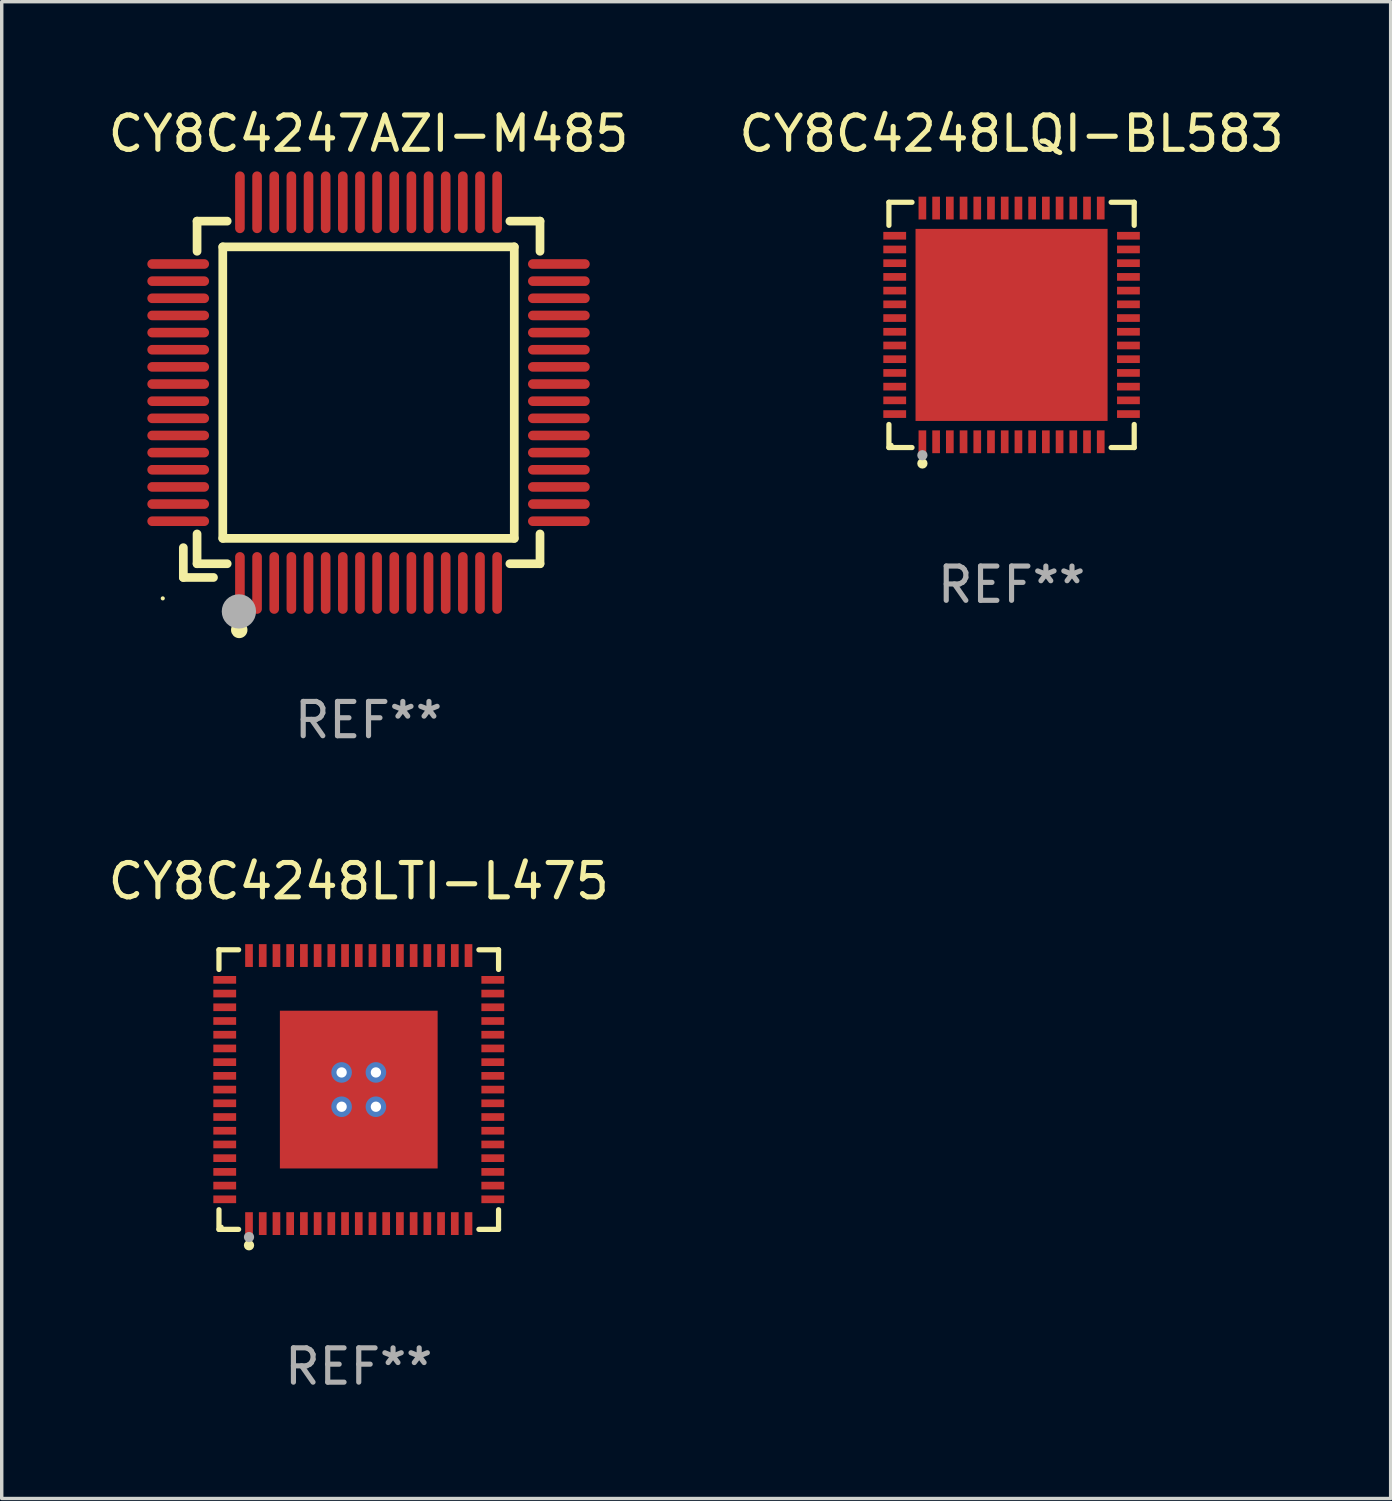
<source format=kicad_pcb>
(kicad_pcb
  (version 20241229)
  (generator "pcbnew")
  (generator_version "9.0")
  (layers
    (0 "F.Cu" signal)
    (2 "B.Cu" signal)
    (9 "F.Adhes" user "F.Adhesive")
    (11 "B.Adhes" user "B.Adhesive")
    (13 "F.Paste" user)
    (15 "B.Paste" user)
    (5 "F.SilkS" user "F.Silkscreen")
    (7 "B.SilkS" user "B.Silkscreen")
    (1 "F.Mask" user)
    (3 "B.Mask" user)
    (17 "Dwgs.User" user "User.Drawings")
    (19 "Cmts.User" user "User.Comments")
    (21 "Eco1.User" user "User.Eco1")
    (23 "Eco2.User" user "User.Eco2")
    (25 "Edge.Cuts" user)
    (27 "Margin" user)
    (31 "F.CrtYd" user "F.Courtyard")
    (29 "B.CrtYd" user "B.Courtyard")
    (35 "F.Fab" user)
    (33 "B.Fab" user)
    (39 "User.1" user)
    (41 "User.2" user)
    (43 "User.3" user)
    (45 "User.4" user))
  (footprint "CY8C4247AZI-M485"
    (layer "F.Cu")
    (at 7.696 8.398)
    (property "Reference" "CY8C4247AZI-M485" (at 0 -7.55 0) (layer "F.SilkS") (effects (font (size 1 1) (thickness 0.15))))
    (attr through_hole)
    (fp_line (start -5.4 4.521) (end -5.4 5.39) (stroke (width 0.254) (type solid)) (layer "F.SilkS"))
    (fp_line (start -5.4 5.39) (end -4.521 5.39) (stroke (width 0.254) (type solid)) (layer "F.SilkS"))
    (fp_line (start -5 -5) (end -5 -4.121) (stroke (width 0.254) (type solid)) (layer "F.SilkS"))
    (fp_line (start -5 4.121) (end -5 4.99) (stroke (width 0.254) (type solid)) (layer "F.SilkS"))
    (fp_line (start -5 4.99) (end -4.121 4.99) (stroke (width 0.254) (type solid)) (layer "F.SilkS"))
    (fp_line (start -4.25 -4.25) (end -4.25 4.25) (stroke (width 0.254) (type solid)) (layer "F.SilkS"))
    (fp_line (start -4.25 4.25) (end 4.25 4.25) (stroke (width 0.254) (type solid)) (layer "F.SilkS"))
    (fp_line (start -4.121 -5) (end -5 -5) (stroke (width 0.254) (type solid)) (layer "F.SilkS"))
    (fp_line (start 4.121 4.99) (end 5 4.99) (stroke (width 0.254) (type solid)) (layer "F.SilkS"))
    (fp_line (start 4.25 -4.25) (end -4.25 -4.25) (stroke (width 0.254) (type solid)) (layer "F.SilkS"))
    (fp_line (start 4.25 4.25) (end 4.25 -4.25) (stroke (width 0.254) (type solid)) (layer "F.SilkS"))
    (fp_line (start 5 -5) (end 4.121 -5) (stroke (width 0.254) (type solid)) (layer "F.SilkS"))
    (fp_line (start 5 -4.121) (end 5 -5) (stroke (width 0.254) (type solid)) (layer "F.SilkS"))
    (fp_line (start 5 4.99) (end 5 4.121) (stroke (width 0.254) (type solid)) (layer "F.SilkS"))
    (fp_circle (center -6 6) (end -5.97 6) (stroke (width 0.06) (type solid)) (fill no) (layer "F.SilkS"))
    (fp_circle (center -3.77 6.92) (end -3.65 6.92) (stroke (width 0.24) (type solid)) (fill no) (layer "F.SilkS"))
    (fp_circle (center -3.78 6.38) (end -3.53 6.38) (stroke (width 0.5) (type solid)) (fill no) (layer "F.Fab"))
    (fp_text user "REF**" (at 0 9.55 0) (layer "F.Fab") (effects (font (size 1 1) (thickness 0.15))))
    (pad "1" smd oval (at -3.75 5.55) (size 0.28 1.8) (layers "F.Cu" "F.Mask" "F.Paste"))
    (pad "2" smd oval (at -3.25 5.55) (size 0.28 1.8) (layers "F.Cu" "F.Mask" "F.Paste"))
    (pad "3" smd oval (at -2.75 5.55) (size 0.28 1.8) (layers "F.Cu" "F.Mask" "F.Paste"))
    (pad "4" smd oval (at -2.25 5.55) (size 0.28 1.8) (layers "F.Cu" "F.Mask" "F.Paste"))
    (pad "5" smd oval (at -1.75 5.55) (size 0.28 1.8) (layers "F.Cu" "F.Mask" "F.Paste"))
    (pad "6" smd oval (at -1.25 5.55) (size 0.28 1.8) (layers "F.Cu" "F.Mask" "F.Paste"))
    (pad "7" smd oval (at -0.75 5.55) (size 0.28 1.8) (layers "F.Cu" "F.Mask" "F.Paste"))
    (pad "8" smd oval (at -0.25 5.55) (size 0.28 1.8) (layers "F.Cu" "F.Mask" "F.Paste"))
    (pad "9" smd oval (at 0.25 5.55) (size 0.28 1.8) (layers "F.Cu" "F.Mask" "F.Paste"))
    (pad "10" smd oval (at 0.75 5.55) (size 0.28 1.8) (layers "F.Cu" "F.Mask" "F.Paste"))
    (pad "11" smd oval (at 1.25 5.55) (size 0.28 1.8) (layers "F.Cu" "F.Mask" "F.Paste"))
    (pad "12" smd oval (at 1.75 5.55) (size 0.28 1.8) (layers "F.Cu" "F.Mask" "F.Paste"))
    (pad "13" smd oval (at 2.25 5.55) (size 0.28 1.8) (layers "F.Cu" "F.Mask" "F.Paste"))
    (pad "14" smd oval (at 2.75 5.55) (size 0.28 1.8) (layers "F.Cu" "F.Mask" "F.Paste"))
    (pad "15" smd oval (at 3.25 5.55) (size 0.28 1.8) (layers "F.Cu" "F.Mask" "F.Paste"))
    (pad "16" smd oval (at 3.75 5.55) (size 0.28 1.8) (layers "F.Cu" "F.Mask" "F.Paste"))
    (pad "17" smd oval (at 5.55 3.75) (size 1.8 0.28) (layers "F.Cu" "F.Mask" "F.Paste"))
    (pad "18" smd oval (at 5.55 3.25) (size 1.8 0.28) (layers "F.Cu" "F.Mask" "F.Paste"))
    (pad "19" smd oval (at 5.55 2.75) (size 1.8 0.28) (layers "F.Cu" "F.Mask" "F.Paste"))
    (pad "20" smd oval (at 5.55 2.25) (size 1.8 0.28) (layers "F.Cu" "F.Mask" "F.Paste"))
    (pad "21" smd oval (at 5.55 1.75) (size 1.8 0.28) (layers "F.Cu" "F.Mask" "F.Paste"))
    (pad "22" smd oval (at 5.55 1.25) (size 1.8 0.28) (layers "F.Cu" "F.Mask" "F.Paste"))
    (pad "23" smd oval (at 5.55 0.75) (size 1.8 0.28) (layers "F.Cu" "F.Mask" "F.Paste"))
    (pad "24" smd oval (at 5.55 0.25) (size 1.8 0.28) (layers "F.Cu" "F.Mask" "F.Paste"))
    (pad "25" smd oval (at 5.55 -0.25) (size 1.8 0.28) (layers "F.Cu" "F.Mask" "F.Paste"))
    (pad "26" smd oval (at 5.55 -0.75) (size 1.8 0.28) (layers "F.Cu" "F.Mask" "F.Paste"))
    (pad "27" smd oval (at 5.55 -1.25) (size 1.8 0.28) (layers "F.Cu" "F.Mask" "F.Paste"))
    (pad "28" smd oval (at 5.55 -1.75) (size 1.8 0.28) (layers "F.Cu" "F.Mask" "F.Paste"))
    (pad "29" smd oval (at 5.55 -2.25) (size 1.8 0.28) (layers "F.Cu" "F.Mask" "F.Paste"))
    (pad "30" smd oval (at 5.55 -2.75) (size 1.8 0.28) (layers "F.Cu" "F.Mask" "F.Paste"))
    (pad "31" smd oval (at 5.55 -3.25) (size 1.8 0.28) (layers "F.Cu" "F.Mask" "F.Paste"))
    (pad "32" smd oval (at 5.55 -3.75) (size 1.8 0.28) (layers "F.Cu" "F.Mask" "F.Paste"))
    (pad "33" smd oval (at 3.75 -5.55) (size 0.28 1.8) (layers "F.Cu" "F.Mask" "F.Paste"))
    (pad "34" smd oval (at 3.25 -5.55) (size 0.28 1.8) (layers "F.Cu" "F.Mask" "F.Paste"))
    (pad "35" smd oval (at 2.75 -5.55) (size 0.28 1.8) (layers "F.Cu" "F.Mask" "F.Paste"))
    (pad "36" smd oval (at 2.25 -5.55) (size 0.28 1.8) (layers "F.Cu" "F.Mask" "F.Paste"))
    (pad "37" smd oval (at 1.75 -5.55) (size 0.28 1.8) (layers "F.Cu" "F.Mask" "F.Paste"))
    (pad "38" smd oval (at 1.25 -5.55) (size 0.28 1.8) (layers "F.Cu" "F.Mask" "F.Paste"))
    (pad "39" smd oval (at 0.75 -5.55) (size 0.28 1.8) (layers "F.Cu" "F.Mask" "F.Paste"))
    (pad "40" smd oval (at 0.25 -5.55) (size 0.28 1.8) (layers "F.Cu" "F.Mask" "F.Paste"))
    (pad "41" smd oval (at -0.25 -5.55) (size 0.28 1.8) (layers "F.Cu" "F.Mask" "F.Paste"))
    (pad "42" smd oval (at -0.75 -5.55) (size 0.28 1.8) (layers "F.Cu" "F.Mask" "F.Paste"))
    (pad "43" smd oval (at -1.25 -5.55) (size 0.28 1.8) (layers "F.Cu" "F.Mask" "F.Paste"))
    (pad "44" smd oval (at -1.75 -5.55) (size 0.28 1.8) (layers "F.Cu" "F.Mask" "F.Paste"))
    (pad "45" smd oval (at -2.25 -5.55) (size 0.28 1.8) (layers "F.Cu" "F.Mask" "F.Paste"))
    (pad "46" smd oval (at -2.75 -5.55) (size 0.28 1.8) (layers "F.Cu" "F.Mask" "F.Paste"))
    (pad "47" smd oval (at -3.25 -5.55) (size 0.28 1.8) (layers "F.Cu" "F.Mask" "F.Paste"))
    (pad "48" smd oval (at -3.75 -5.55) (size 0.28 1.8) (layers "F.Cu" "F.Mask" "F.Paste"))
    (pad "49" smd oval (at -5.55 -3.75) (size 1.8 0.28) (layers "F.Cu" "F.Mask" "F.Paste"))
    (pad "50" smd oval (at -5.55 -3.25) (size 1.8 0.28) (layers "F.Cu" "F.Mask" "F.Paste"))
    (pad "51" smd oval (at -5.55 -2.75) (size 1.8 0.28) (layers "F.Cu" "F.Mask" "F.Paste"))
    (pad "52" smd oval (at -5.55 -2.25) (size 1.8 0.28) (layers "F.Cu" "F.Mask" "F.Paste"))
    (pad "53" smd oval (at -5.55 -1.75) (size 1.8 0.28) (layers "F.Cu" "F.Mask" "F.Paste"))
    (pad "54" smd oval (at -5.55 -1.25) (size 1.8 0.28) (layers "F.Cu" "F.Mask" "F.Paste"))
    (pad "55" smd oval (at -5.55 -0.75) (size 1.8 0.28) (layers "F.Cu" "F.Mask" "F.Paste"))
    (pad "56" smd oval (at -5.55 -0.25) (size 1.8 0.28) (layers "F.Cu" "F.Mask" "F.Paste"))
    (pad "57" smd oval (at -5.55 0.25) (size 1.8 0.28) (layers "F.Cu" "F.Mask" "F.Paste"))
    (pad "58" smd oval (at -5.55 0.75) (size 1.8 0.28) (layers "F.Cu" "F.Mask" "F.Paste"))
    (pad "59" smd oval (at -5.55 1.25) (size 1.8 0.28) (layers "F.Cu" "F.Mask" "F.Paste"))
    (pad "60" smd oval (at -5.55 1.75) (size 1.8 0.28) (layers "F.Cu" "F.Mask" "F.Paste"))
    (pad "61" smd oval (at -5.55 2.25) (size 1.8 0.28) (layers "F.Cu" "F.Mask" "F.Paste"))
    (pad "62" smd oval (at -5.55 2.75) (size 1.8 0.28) (layers "F.Cu" "F.Mask" "F.Paste"))
    (pad "63" smd oval (at -5.55 3.25) (size 1.8 0.28) (layers "F.Cu" "F.Mask" "F.Paste"))
    (pad "64" smd oval (at -5.55 3.75) (size 1.8 0.28) (layers "F.Cu" "F.Mask" "F.Paste")))
  (footprint "CY8C4248LQI-BL583"
    (layer "F.Cu")
    (at 26.446 6.424)
    (property "Reference" "CY8C4248LQI-BL583" (at 0 -5.576 0) (layer "F.SilkS") (effects (font (size 1 1) (thickness 0.15))))
    (attr through_hole)
    (fp_line (start -3.576 -3.576) (end -2.903 -3.576) (stroke (width 0.152) (type solid)) (layer "F.SilkS"))
    (fp_line (start -3.576 -2.903) (end -3.576 -3.576) (stroke (width 0.152) (type solid)) (layer "F.SilkS"))
    (fp_line (start -3.576 2.903) (end -3.576 3.576) (stroke (width 0.152) (type solid)) (layer "F.SilkS"))
    (fp_line (start -3.576 3.576) (end -2.903 3.576) (stroke (width 0.152) (type solid)) (layer "F.SilkS"))
    (fp_line (start 3.576 -3.576) (end 2.903 -3.576) (stroke (width 0.152) (type solid)) (layer "F.SilkS"))
    (fp_line (start 3.576 -2.903) (end 3.576 -3.576) (stroke (width 0.152) (type solid)) (layer "F.SilkS"))
    (fp_line (start 3.576 2.903) (end 3.576 3.576) (stroke (width 0.152) (type solid)) (layer "F.SilkS"))
    (fp_line (start 3.576 3.576) (end 2.903 3.576) (stroke (width 0.152) (type solid)) (layer "F.SilkS"))
    (fp_circle (center -3.5 3.5) (end -3.47 3.5) (stroke (width 0.06) (type solid)) (fill no) (layer "F.SilkS"))
    (fp_circle (center -2.6 4.04) (end -2.525 4.04) (stroke (width 0.15) (type solid)) (fill no) (layer "F.SilkS"))
    (fp_circle (center -2.6 3.8) (end -2.525 3.8) (stroke (width 0.15) (type solid)) (fill no) (layer "F.Fab"))
    (fp_text user "REF**" (at 0 7.576 0) (layer "F.Fab") (effects (font (size 1 1) (thickness 0.15))))
    (pad "1" smd rect (at -2.6 3.408 90) (size 0.665 0.224) (layers "F.Cu" "F.Mask" "F.Paste"))
    (pad "2" smd rect (at -2.2 3.408 90) (size 0.665 0.224) (layers "F.Cu" "F.Mask" "F.Paste"))
    (pad "3" smd rect (at -1.8 3.408 90) (size 0.665 0.224) (layers "F.Cu" "F.Mask" "F.Paste"))
    (pad "4" smd rect (at -1.4 3.408 90) (size 0.665 0.224) (layers "F.Cu" "F.Mask" "F.Paste"))
    (pad "5" smd rect (at -1 3.408 90) (size 0.665 0.224) (layers "F.Cu" "F.Mask" "F.Paste"))
    (pad "6" smd rect (at -0.6 3.408 90) (size 0.665 0.224) (layers "F.Cu" "F.Mask" "F.Paste"))
    (pad "7" smd rect (at -0.2 3.408 90) (size 0.665 0.224) (layers "F.Cu" "F.Mask" "F.Paste"))
    (pad "8" smd rect (at 0.2 3.408 90) (size 0.665 0.224) (layers "F.Cu" "F.Mask" "F.Paste"))
    (pad "9" smd rect (at 0.6 3.408 90) (size 0.665 0.224) (layers "F.Cu" "F.Mask" "F.Paste"))
    (pad "10" smd rect (at 1 3.408 90) (size 0.665 0.224) (layers "F.Cu" "F.Mask" "F.Paste"))
    (pad "11" smd rect (at 1.4 3.408 90) (size 0.665 0.224) (layers "F.Cu" "F.Mask" "F.Paste"))
    (pad "12" smd rect (at 1.8 3.408 90) (size 0.665 0.224) (layers "F.Cu" "F.Mask" "F.Paste"))
    (pad "13" smd rect (at 2.2 3.408 90) (size 0.665 0.224) (layers "F.Cu" "F.Mask" "F.Paste"))
    (pad "14" smd rect (at 2.6 3.408 90) (size 0.665 0.224) (layers "F.Cu" "F.Mask" "F.Paste"))
    (pad "15" smd rect (at 3.408 2.6 90) (size 0.224 0.665) (layers "F.Cu" "F.Mask" "F.Paste"))
    (pad "16" smd rect (at 3.408 2.2 90) (size 0.224 0.665) (layers "F.Cu" "F.Mask" "F.Paste"))
    (pad "17" smd rect (at 3.408 1.8 90) (size 0.224 0.665) (layers "F.Cu" "F.Mask" "F.Paste"))
    (pad "18" smd rect (at 3.408 1.4 90) (size 0.224 0.665) (layers "F.Cu" "F.Mask" "F.Paste"))
    (pad "19" smd rect (at 3.408 1 90) (size 0.224 0.665) (layers "F.Cu" "F.Mask" "F.Paste"))
    (pad "20" smd rect (at 3.408 0.6 90) (size 0.224 0.665) (layers "F.Cu" "F.Mask" "F.Paste"))
    (pad "21" smd rect (at 3.408 0.2 90) (size 0.224 0.665) (layers "F.Cu" "F.Mask" "F.Paste"))
    (pad "22" smd rect (at 3.408 -0.2 90) (size 0.224 0.665) (layers "F.Cu" "F.Mask" "F.Paste"))
    (pad "23" smd rect (at 3.408 -0.6 90) (size 0.224 0.665) (layers "F.Cu" "F.Mask" "F.Paste"))
    (pad "24" smd rect (at 3.408 -1 90) (size 0.224 0.665) (layers "F.Cu" "F.Mask" "F.Paste"))
    (pad "25" smd rect (at 3.408 -1.4 90) (size 0.224 0.665) (layers "F.Cu" "F.Mask" "F.Paste"))
    (pad "26" smd rect (at 3.408 -1.8 90) (size 0.224 0.665) (layers "F.Cu" "F.Mask" "F.Paste"))
    (pad "27" smd rect (at 3.408 -2.2 90) (size 0.224 0.665) (layers "F.Cu" "F.Mask" "F.Paste"))
    (pad "28" smd rect (at 3.408 -2.6 90) (size 0.224 0.665) (layers "F.Cu" "F.Mask" "F.Paste"))
    (pad "29" smd rect (at 2.6 -3.407 90) (size 0.665 0.224) (layers "F.Cu" "F.Mask" "F.Paste"))
    (pad "30" smd rect (at 2.2 -3.407 90) (size 0.665 0.224) (layers "F.Cu" "F.Mask" "F.Paste"))
    (pad "31" smd rect (at 1.8 -3.407 90) (size 0.665 0.224) (layers "F.Cu" "F.Mask" "F.Paste"))
    (pad "32" smd rect (at 1.4 -3.407 90) (size 0.665 0.224) (layers "F.Cu" "F.Mask" "F.Paste"))
    (pad "33" smd rect (at 1 -3.407 90) (size 0.665 0.224) (layers "F.Cu" "F.Mask" "F.Paste"))
    (pad "34" smd rect (at 0.6 -3.407 90) (size 0.665 0.224) (layers "F.Cu" "F.Mask" "F.Paste"))
    (pad "35" smd rect (at 0.2 -3.407 90) (size 0.665 0.224) (layers "F.Cu" "F.Mask" "F.Paste"))
    (pad "36" smd rect (at -0.2 -3.407 90) (size 0.665 0.224) (layers "F.Cu" "F.Mask" "F.Paste"))
    (pad "37" smd rect (at -0.6 -3.407 90) (size 0.665 0.224) (layers "F.Cu" "F.Mask" "F.Paste"))
    (pad "38" smd rect (at -1 -3.407 90) (size 0.665 0.224) (layers "F.Cu" "F.Mask" "F.Paste"))
    (pad "39" smd rect (at -1.4 -3.407 90) (size 0.665 0.224) (layers "F.Cu" "F.Mask" "F.Paste"))
    (pad "40" smd rect (at -1.8 -3.407 90) (size 0.665 0.224) (layers "F.Cu" "F.Mask" "F.Paste"))
    (pad "41" smd rect (at -2.2 -3.407 90) (size 0.665 0.224) (layers "F.Cu" "F.Mask" "F.Paste"))
    (pad "42" smd rect (at -2.6 -3.407 90) (size 0.665 0.224) (layers "F.Cu" "F.Mask" "F.Paste"))
    (pad "43" smd rect (at -3.407 -2.6 90) (size 0.224 0.665) (layers "F.Cu" "F.Mask" "F.Paste"))
    (pad "44" smd rect (at -3.407 -2.2 90) (size 0.224 0.665) (layers "F.Cu" "F.Mask" "F.Paste"))
    (pad "45" smd rect (at -3.407 -1.8 90) (size 0.224 0.665) (layers "F.Cu" "F.Mask" "F.Paste"))
    (pad "46" smd rect (at -3.407 -1.4 90) (size 0.224 0.665) (layers "F.Cu" "F.Mask" "F.Paste"))
    (pad "47" smd rect (at -3.407 -1 90) (size 0.224 0.665) (layers "F.Cu" "F.Mask" "F.Paste"))
    (pad "48" smd rect (at -3.407 -0.6 90) (size 0.224 0.665) (layers "F.Cu" "F.Mask" "F.Paste"))
    (pad "49" smd rect (at -3.407 -0.2 90) (size 0.224 0.665) (layers "F.Cu" "F.Mask" "F.Paste"))
    (pad "50" smd rect (at -3.407 0.2 90) (size 0.224 0.665) (layers "F.Cu" "F.Mask" "F.Paste"))
    (pad "51" smd rect (at -3.407 0.6 90) (size 0.224 0.665) (layers "F.Cu" "F.Mask" "F.Paste"))
    (pad "52" smd rect (at -3.407 1 90) (size 0.224 0.665) (layers "F.Cu" "F.Mask" "F.Paste"))
    (pad "53" smd rect (at -3.407 1.4 90) (size 0.224 0.665) (layers "F.Cu" "F.Mask" "F.Paste"))
    (pad "54" smd rect (at -3.407 1.8 90) (size 0.224 0.665) (layers "F.Cu" "F.Mask" "F.Paste"))
    (pad "55" smd rect (at -3.407 2.2 90) (size 0.224 0.665) (layers "F.Cu" "F.Mask" "F.Paste"))
    (pad "56" smd rect (at -3.407 2.6 90) (size 0.224 0.665) (layers "F.Cu" "F.Mask" "F.Paste"))
    (pad "57" smd rect (at -0.000051 -0.000051 90) (size 5.6 5.6) (layers "F.Cu" "F.Mask" "F.Paste")))
  (footprint "CY8C4248LTI-L475"
    (layer "F.Cu")
    (at 7.411 28.721)
    (property "Reference" "CY8C4248LTI-L475" (at 0 -6.076 0) (layer "F.SilkS") (effects (font (size 1 1) (thickness 0.15))))
    (attr through_hole)
    (fp_line (start -4.076 -4.076) (end -3.503 -4.076) (stroke (width 0.152) (type solid)) (layer "F.SilkS"))
    (fp_line (start -4.076 -3.503) (end -4.076 -4.076) (stroke (width 0.152) (type solid)) (layer "F.SilkS"))
    (fp_line (start -4.076 3.503) (end -4.076 4.076) (stroke (width 0.152) (type solid)) (layer "F.SilkS"))
    (fp_line (start -4.076 4.076) (end -3.503 4.076) (stroke (width 0.152) (type solid)) (layer "F.SilkS"))
    (fp_line (start 4.076 -4.076) (end 3.503 -4.076) (stroke (width 0.152) (type solid)) (layer "F.SilkS"))
    (fp_line (start 4.076 -3.503) (end 4.076 -4.076) (stroke (width 0.152) (type solid)) (layer "F.SilkS"))
    (fp_line (start 4.076 3.503) (end 4.076 4.076) (stroke (width 0.152) (type solid)) (layer "F.SilkS"))
    (fp_line (start 4.076 4.076) (end 3.503 4.076) (stroke (width 0.152) (type solid)) (layer "F.SilkS"))
    (fp_circle (center -4 4) (end -3.97 4) (stroke (width 0.06) (type solid)) (fill no) (layer "F.SilkS"))
    (fp_circle (center -3.2 4.54) (end -3.125 4.54) (stroke (width 0.15) (type solid)) (fill no) (layer "F.SilkS"))
    (fp_circle (center -3.2 4.3) (end -3.125 4.3) (stroke (width 0.15) (type solid)) (fill no) (layer "F.Fab"))
    (fp_text user "REF**" (at 0 8.076 0) (layer "F.Fab") (effects (font (size 1 1) (thickness 0.15))))
    (pad "1" smd rect (at -3.2 3.908) (size 0.224 0.665) (layers "F.Cu" "F.Mask" "F.Paste"))
    (pad "2" smd rect (at -2.8 3.908) (size 0.224 0.665) (layers "F.Cu" "F.Mask" "F.Paste"))
    (pad "3" smd rect (at -2.4 3.908) (size 0.224 0.665) (layers "F.Cu" "F.Mask" "F.Paste"))
    (pad "4" smd rect (at -2 3.908) (size 0.224 0.665) (layers "F.Cu" "F.Mask" "F.Paste"))
    (pad "5" smd rect (at -1.6 3.908) (size 0.224 0.665) (layers "F.Cu" "F.Mask" "F.Paste"))
    (pad "6" smd rect (at -1.2 3.908) (size 0.224 0.665) (layers "F.Cu" "F.Mask" "F.Paste"))
    (pad "7" smd rect (at -0.8 3.908) (size 0.224 0.665) (layers "F.Cu" "F.Mask" "F.Paste"))
    (pad "8" smd rect (at -0.4 3.908) (size 0.224 0.665) (layers "F.Cu" "F.Mask" "F.Paste"))
    (pad "9" smd rect (at 0 3.908) (size 0.224 0.665) (layers "F.Cu" "F.Mask" "F.Paste"))
    (pad "10" smd rect (at 0.4 3.908) (size 0.224 0.665) (layers "F.Cu" "F.Mask" "F.Paste"))
    (pad "11" smd rect (at 0.8 3.908) (size 0.224 0.665) (layers "F.Cu" "F.Mask" "F.Paste"))
    (pad "12" smd rect (at 1.2 3.908) (size 0.224 0.665) (layers "F.Cu" "F.Mask" "F.Paste"))
    (pad "13" smd rect (at 1.6 3.908) (size 0.224 0.665) (layers "F.Cu" "F.Mask" "F.Paste"))
    (pad "14" smd rect (at 2 3.908) (size 0.224 0.665) (layers "F.Cu" "F.Mask" "F.Paste"))
    (pad "15" smd rect (at 2.4 3.908) (size 0.224 0.665) (layers "F.Cu" "F.Mask" "F.Paste"))
    (pad "16" smd rect (at 2.8 3.908) (size 0.224 0.665) (layers "F.Cu" "F.Mask" "F.Paste"))
    (pad "17" smd rect (at 3.2 3.908) (size 0.224 0.665) (layers "F.Cu" "F.Mask" "F.Paste"))
    (pad "18" smd rect (at 3.908 3.2) (size 0.665 0.224) (layers "F.Cu" "F.Mask" "F.Paste"))
    (pad "19" smd rect (at 3.908 2.8) (size 0.665 0.224) (layers "F.Cu" "F.Mask" "F.Paste"))
    (pad "20" smd rect (at 3.908 2.4) (size 0.665 0.224) (layers "F.Cu" "F.Mask" "F.Paste"))
    (pad "21" smd rect (at 3.908 2) (size 0.665 0.224) (layers "F.Cu" "F.Mask" "F.Paste"))
    (pad "22" smd rect (at 3.908 1.6) (size 0.665 0.224) (layers "F.Cu" "F.Mask" "F.Paste"))
    (pad "23" smd rect (at 3.908 1.2) (size 0.665 0.224) (layers "F.Cu" "F.Mask" "F.Paste"))
    (pad "24" smd rect (at 3.908 0.8) (size 0.665 0.224) (layers "F.Cu" "F.Mask" "F.Paste"))
    (pad "25" smd rect (at 3.908 0.4) (size 0.665 0.224) (layers "F.Cu" "F.Mask" "F.Paste"))
    (pad "26" smd rect (at 3.908 0) (size 0.665 0.224) (layers "F.Cu" "F.Mask" "F.Paste"))
    (pad "27" smd rect (at 3.908 -0.4) (size 0.665 0.224) (layers "F.Cu" "F.Mask" "F.Paste"))
    (pad "28" smd rect (at 3.908 -0.8) (size 0.665 0.224) (layers "F.Cu" "F.Mask" "F.Paste"))
    (pad "29" smd rect (at 3.908 -1.2) (size 0.665 0.224) (layers "F.Cu" "F.Mask" "F.Paste"))
    (pad "30" smd rect (at 3.908 -1.6) (size 0.665 0.224) (layers "F.Cu" "F.Mask" "F.Paste"))
    (pad "31" smd rect (at 3.908 -2) (size 0.665 0.224) (layers "F.Cu" "F.Mask" "F.Paste"))
    (pad "32" smd rect (at 3.908 -2.4) (size 0.665 0.224) (layers "F.Cu" "F.Mask" "F.Paste"))
    (pad "33" smd rect (at 3.908 -2.8) (size 0.665 0.224) (layers "F.Cu" "F.Mask" "F.Paste"))
    (pad "34" smd rect (at 3.908 -3.2) (size 0.665 0.224) (layers "F.Cu" "F.Mask" "F.Paste"))
    (pad "35" smd rect (at 3.2 -3.908) (size 0.224 0.665) (layers "F.Cu" "F.Mask" "F.Paste"))
    (pad "36" smd rect (at 2.8 -3.908) (size 0.224 0.665) (layers "F.Cu" "F.Mask" "F.Paste"))
    (pad "37" smd rect (at 2.4 -3.908) (size 0.224 0.665) (layers "F.Cu" "F.Mask" "F.Paste"))
    (pad "38" smd rect (at 2 -3.908) (size 0.224 0.665) (layers "F.Cu" "F.Mask" "F.Paste"))
    (pad "39" smd rect (at 1.6 -3.908) (size 0.224 0.665) (layers "F.Cu" "F.Mask" "F.Paste"))
    (pad "40" smd rect (at 1.2 -3.908) (size 0.224 0.665) (layers "F.Cu" "F.Mask" "F.Paste"))
    (pad "41" smd rect (at 0.8 -3.908) (size 0.224 0.665) (layers "F.Cu" "F.Mask" "F.Paste"))
    (pad "42" smd rect (at 0.4 -3.908) (size 0.224 0.665) (layers "F.Cu" "F.Mask" "F.Paste"))
    (pad "43" smd rect (at 0 -3.908) (size 0.224 0.665) (layers "F.Cu" "F.Mask" "F.Paste"))
    (pad "44" smd rect (at -0.4 -3.908) (size 0.224 0.665) (layers "F.Cu" "F.Mask" "F.Paste"))
    (pad "45" smd rect (at -0.8 -3.908) (size 0.224 0.665) (layers "F.Cu" "F.Mask" "F.Paste"))
    (pad "46" smd rect (at -1.2 -3.908) (size 0.224 0.665) (layers "F.Cu" "F.Mask" "F.Paste"))
    (pad "47" smd rect (at -1.6 -3.908) (size 0.224 0.665) (layers "F.Cu" "F.Mask" "F.Paste"))
    (pad "48" smd rect (at -2 -3.908) (size 0.224 0.665) (layers "F.Cu" "F.Mask" "F.Paste"))
    (pad "49" smd rect (at -2.4 -3.908) (size 0.224 0.665) (layers "F.Cu" "F.Mask" "F.Paste"))
    (pad "50" smd rect (at -2.8 -3.908) (size 0.224 0.665) (layers "F.Cu" "F.Mask" "F.Paste"))
    (pad "51" smd rect (at -3.2 -3.908) (size 0.224 0.665) (layers "F.Cu" "F.Mask" "F.Paste"))
    (pad "52" smd rect (at -3.908 -3.2) (size 0.665 0.224) (layers "F.Cu" "F.Mask" "F.Paste"))
    (pad "53" smd rect (at -3.908 -2.8) (size 0.665 0.224) (layers "F.Cu" "F.Mask" "F.Paste"))
    (pad "54" smd rect (at -3.908 -2.4) (size 0.665 0.224) (layers "F.Cu" "F.Mask" "F.Paste"))
    (pad "55" smd rect (at -3.908 -2) (size 0.665 0.224) (layers "F.Cu" "F.Mask" "F.Paste"))
    (pad "56" smd rect (at -3.908 -1.6) (size 0.665 0.224) (layers "F.Cu" "F.Mask" "F.Paste"))
    (pad "57" smd rect (at -3.908 -1.2) (size 0.665 0.224) (layers "F.Cu" "F.Mask" "F.Paste"))
    (pad "58" smd rect (at -3.908 -0.8) (size 0.665 0.224) (layers "F.Cu" "F.Mask" "F.Paste"))
    (pad "59" smd rect (at -3.908 -0.4) (size 0.665 0.224) (layers "F.Cu" "F.Mask" "F.Paste"))
    (pad "60" smd rect (at -3.908 0) (size 0.665 0.224) (layers "F.Cu" "F.Mask" "F.Paste"))
    (pad "61" smd rect (at -3.908 0.4) (size 0.665 0.224) (layers "F.Cu" "F.Mask" "F.Paste"))
    (pad "62" smd rect (at -3.908 0.8) (size 0.665 0.224) (layers "F.Cu" "F.Mask" "F.Paste"))
    (pad "63" smd rect (at -3.908 1.2) (size 0.665 0.224) (layers "F.Cu" "F.Mask" "F.Paste"))
    (pad "64" smd rect (at -3.908 1.6) (size 0.665 0.224) (layers "F.Cu" "F.Mask" "F.Paste"))
    (pad "65" smd rect (at -3.908 2) (size 0.665 0.224) (layers "F.Cu" "F.Mask" "F.Paste"))
    (pad "66" smd rect (at -3.908 2.4) (size 0.665 0.224) (layers "F.Cu" "F.Mask" "F.Paste"))
    (pad "67" smd rect (at -3.908 2.8) (size 0.665 0.224) (layers "F.Cu" "F.Mask" "F.Paste"))
    (pad "68" smd rect (at -3.908 3.2) (size 0.665 0.224) (layers "F.Cu" "F.Mask" "F.Paste"))
    (pad "69" thru_hole circle (at -0.5 -0.5) (size 0.6 0.6) (drill 0.3) (layers "*.Cu" "*.Mask"))
    (pad "69" thru_hole circle (at -0.5 0.5) (size 0.6 0.6) (drill 0.3) (layers "*.Cu" "*.Mask"))
    (pad "69" smd rect (at 0 0) (size 4.6 4.6) (layers "F.Cu" "F.Mask" "F.Paste"))
    (pad "69" thru_hole circle (at 0.5 -0.5) (size 0.6 0.6) (drill 0.3) (layers "*.Cu" "*.Mask"))
    (pad "69" thru_hole circle (at 0.5 0.5) (size 0.6 0.6) (drill 0.3) (layers "*.Cu" "*.Mask")))
  (gr_rect
    (start -3 -3)
    (end 37.5 40.645)
    (stroke (width 0.1) (type default))
    (fill no)
    (layer "Edge.Cuts")))
</source>
